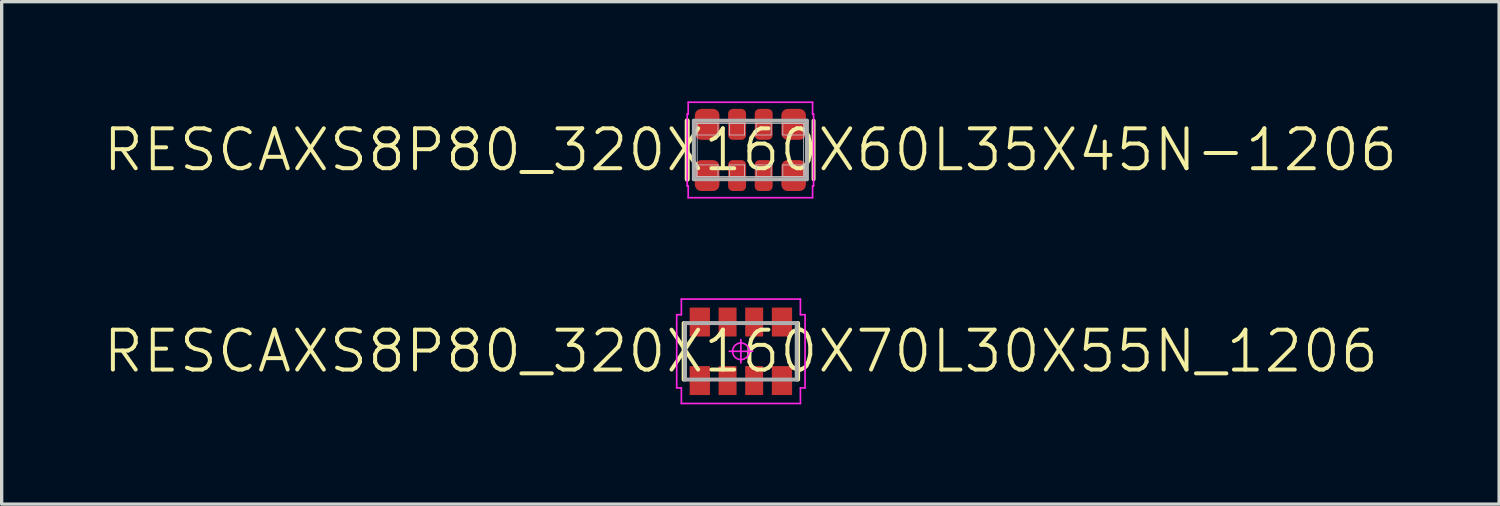
<source format=kicad_pcb>
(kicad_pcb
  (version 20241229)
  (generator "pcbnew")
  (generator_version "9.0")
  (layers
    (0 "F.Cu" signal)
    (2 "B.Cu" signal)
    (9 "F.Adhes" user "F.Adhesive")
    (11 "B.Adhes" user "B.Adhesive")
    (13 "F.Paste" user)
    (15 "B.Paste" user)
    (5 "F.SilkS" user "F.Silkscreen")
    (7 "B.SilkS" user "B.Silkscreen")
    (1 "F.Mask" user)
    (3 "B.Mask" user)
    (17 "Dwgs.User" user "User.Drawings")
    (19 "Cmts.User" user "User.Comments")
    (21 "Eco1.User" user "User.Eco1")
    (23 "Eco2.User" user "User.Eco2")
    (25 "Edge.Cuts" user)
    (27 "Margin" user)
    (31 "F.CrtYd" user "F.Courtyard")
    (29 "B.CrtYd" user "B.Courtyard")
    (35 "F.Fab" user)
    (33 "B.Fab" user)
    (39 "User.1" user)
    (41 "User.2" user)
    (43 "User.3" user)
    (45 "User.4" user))
  (footprint "RESCAXS8P80_320X160X60L35X45N-1206"
    (layer "F.Cu")
    (at 19.517 1.46)
    (property "Reference" "RESCAXS8P80_320X160X60L35X45N-1206" (at 0 0 0) (layer "F.SilkS") (effects (font (size 1.2 1.2) (thickness 0.12))))
    (attr smd)
    (fp_line (start -1.9 0.88) (end -1.9 -0.88) (stroke (width 0.15) (type solid)) (layer "F.SilkS"))
    (fp_line (start 1.9 0.88) (end 1.9 -0.88) (stroke (width 0.12) (type solid)) (layer "F.SilkS"))
    (fp_line (start -1.625 -0.8) (end -0.975 -0.8) (stroke (width 0.025) (type solid)) (layer "Dwgs.User"))
    (fp_line (start -1.625 -0.45) (end -1.625 -0.8) (stroke (width 0.025) (type solid)) (layer "Dwgs.User"))
    (fp_line (start -1.625 0.45) (end -0.975 0.45) (stroke (width 0.025) (type solid)) (layer "Dwgs.User"))
    (fp_line (start -1.625 0.8) (end -1.625 0.45) (stroke (width 0.025) (type solid)) (layer "Dwgs.User"))
    (fp_line (start -1.6 -0.8) (end 1.6 -0.8) (stroke (width 0.025) (type solid)) (layer "Dwgs.User"))
    (fp_line (start -1.6 0.8) (end -1.6 -0.8) (stroke (width 0.025) (type solid)) (layer "Dwgs.User"))
    (fp_line (start -0.975 -0.8) (end -0.975 -0.45) (stroke (width 0.025) (type solid)) (layer "Dwgs.User"))
    (fp_line (start -0.975 -0.45) (end -1.625 -0.45) (stroke (width 0.025) (type solid)) (layer "Dwgs.User"))
    (fp_line (start -0.975 0.45) (end -0.975 0.8) (stroke (width 0.025) (type solid)) (layer "Dwgs.User"))
    (fp_line (start -0.975 0.8) (end -1.625 0.8) (stroke (width 0.025) (type solid)) (layer "Dwgs.User"))
    (fp_line (start -0.625 -0.8) (end -0.175 -0.8) (stroke (width 0.025) (type solid)) (layer "Dwgs.User"))
    (fp_line (start -0.625 -0.45) (end -0.625 -0.8) (stroke (width 0.025) (type solid)) (layer "Dwgs.User"))
    (fp_line (start -0.625 0.45) (end -0.175 0.45) (stroke (width 0.025) (type solid)) (layer "Dwgs.User"))
    (fp_line (start -0.625 0.8) (end -0.625 0.45) (stroke (width 0.025) (type solid)) (layer "Dwgs.User"))
    (fp_line (start -0.175 -0.8) (end -0.175 -0.45) (stroke (width 0.025) (type solid)) (layer "Dwgs.User"))
    (fp_line (start -0.175 -0.45) (end -0.625 -0.45) (stroke (width 0.025) (type solid)) (layer "Dwgs.User"))
    (fp_line (start -0.175 0.45) (end -0.175 0.8) (stroke (width 0.025) (type solid)) (layer "Dwgs.User"))
    (fp_line (start -0.175 0.8) (end -0.625 0.8) (stroke (width 0.025) (type solid)) (layer "Dwgs.User"))
    (fp_line (start 0.175 -0.8) (end 0.625 -0.8) (stroke (width 0.025) (type solid)) (layer "Dwgs.User"))
    (fp_line (start 0.175 -0.45) (end 0.175 -0.8) (stroke (width 0.025) (type solid)) (layer "Dwgs.User"))
    (fp_line (start 0.175 0.45) (end 0.625 0.45) (stroke (width 0.025) (type solid)) (layer "Dwgs.User"))
    (fp_line (start 0.175 0.8) (end 0.175 0.45) (stroke (width 0.025) (type solid)) (layer "Dwgs.User"))
    (fp_line (start 0.625 -0.8) (end 0.625 -0.45) (stroke (width 0.025) (type solid)) (layer "Dwgs.User"))
    (fp_line (start 0.625 -0.45) (end 0.175 -0.45) (stroke (width 0.025) (type solid)) (layer "Dwgs.User"))
    (fp_line (start 0.625 0.45) (end 0.625 0.8) (stroke (width 0.025) (type solid)) (layer "Dwgs.User"))
    (fp_line (start 0.625 0.8) (end 0.175 0.8) (stroke (width 0.025) (type solid)) (layer "Dwgs.User"))
    (fp_line (start 0.975 -0.8) (end 1.625 -0.8) (stroke (width 0.025) (type solid)) (layer "Dwgs.User"))
    (fp_line (start 0.975 -0.45) (end 0.975 -0.8) (stroke (width 0.025) (type solid)) (layer "Dwgs.User"))
    (fp_line (start 0.975 0.45) (end 1.625 0.45) (stroke (width 0.025) (type solid)) (layer "Dwgs.User"))
    (fp_line (start 0.975 0.8) (end 0.975 0.45) (stroke (width 0.025) (type solid)) (layer "Dwgs.User"))
    (fp_line (start 1.6 -0.8) (end 1.6 0.8) (stroke (width 0.025) (type solid)) (layer "Dwgs.User"))
    (fp_line (start 1.6 0.8) (end -1.6 0.8) (stroke (width 0.025) (type solid)) (layer "Dwgs.User"))
    (fp_line (start 1.625 -0.8) (end 1.625 -0.45) (stroke (width 0.025) (type solid)) (layer "Dwgs.User"))
    (fp_line (start 1.625 -0.45) (end 0.975 -0.45) (stroke (width 0.025) (type solid)) (layer "Dwgs.User"))
    (fp_line (start 1.625 0.45) (end 1.625 0.8) (stroke (width 0.025) (type solid)) (layer "Dwgs.User"))
    (fp_line (start 1.625 0.8) (end 0.975 0.8) (stroke (width 0.025) (type solid)) (layer "Dwgs.User"))
    (fp_line (start -1.9 -1.08) (end -1.9 1.08) (stroke (width 0.05) (type solid)) (layer "F.CrtYd"))
    (fp_line (start -1.9 1.08) (end -1.87 1.08) (stroke (width 0.05) (type solid)) (layer "F.CrtYd"))
    (fp_line (start -1.87 -1.435) (end -1.87 -1.08) (stroke (width 0.05) (type solid)) (layer "F.CrtYd"))
    (fp_line (start -1.87 -1.08) (end -1.9 -1.08) (stroke (width 0.05) (type solid)) (layer "F.CrtYd"))
    (fp_line (start -1.87 1.08) (end -1.87 1.435) (stroke (width 0.05) (type solid)) (layer "F.CrtYd"))
    (fp_line (start -1.87 1.435) (end 1.87 1.435) (stroke (width 0.05) (type solid)) (layer "F.CrtYd"))
    (fp_line (start 1.87 -1.435) (end -1.87 -1.435) (stroke (width 0.05) (type solid)) (layer "F.CrtYd"))
    (fp_line (start 1.87 -1.08) (end 1.87 -1.435) (stroke (width 0.05) (type solid)) (layer "F.CrtYd"))
    (fp_line (start 1.87 1.08) (end 1.9 1.08) (stroke (width 0.05) (type solid)) (layer "F.CrtYd"))
    (fp_line (start 1.87 1.435) (end 1.87 1.08) (stroke (width 0.05) (type solid)) (layer "F.CrtYd"))
    (fp_line (start 1.9 -1.08) (end 1.87 -1.08) (stroke (width 0.05) (type solid)) (layer "F.CrtYd"))
    (fp_line (start 1.9 1.08) (end 1.9 -1.08) (stroke (width 0.05) (type solid)) (layer "F.CrtYd"))
    (fp_line (start -1.7 -0.88) (end 1.7 -0.88) (stroke (width 0.12) (type solid)) (layer "F.Fab"))
    (fp_line (start -1.7 0.88) (end -1.7 -0.88) (stroke (width 0.12) (type solid)) (layer "F.Fab"))
    (fp_line (start 1.7 -0.88) (end 1.7 0.88) (stroke (width 0.12) (type solid)) (layer "F.Fab"))
    (fp_line (start 1.7 0.88) (end -1.7 0.88) (stroke (width 0.12) (type solid)) (layer "F.Fab"))
    (pad "1" smd roundrect (at -1.3 0.77 90) (size 0.93 0.74) (layers "F.Cu" "F.Mask" "F.Paste") (roundrect_rratio 0.257))
    (pad "2" smd roundrect (at -0.4 0.77 90) (size 0.93 0.54) (layers "F.Cu" "F.Mask" "F.Paste") (roundrect_rratio 0.259))
    (pad "3" smd roundrect (at 0.4 0.77 90) (size 0.93 0.54) (layers "F.Cu" "F.Mask" "F.Paste") (roundrect_rratio 0.259))
    (pad "4" smd roundrect (at 1.3 0.77 90) (size 0.93 0.74) (layers "F.Cu" "F.Mask" "F.Paste") (roundrect_rratio 0.257))
    (pad "5" smd roundrect (at 1.3 -0.77 90) (size 0.93 0.74) (layers "F.Cu" "F.Mask" "F.Paste") (roundrect_rratio 0.257))
    (pad "6" smd roundrect (at 0.4 -0.77 90) (size 0.93 0.54) (layers "F.Cu" "F.Mask" "F.Paste") (roundrect_rratio 0.259))
    (pad "7" smd roundrect (at -0.4 -0.77 90) (size 0.93 0.54) (layers "F.Cu" "F.Mask" "F.Paste") (roundrect_rratio 0.259))
    (pad "8" smd roundrect (at -1.3 -0.77 90) (size 0.93 0.74) (layers "F.Cu" "F.Mask" "F.Paste") (roundrect_rratio 0.257)))
  (footprint "RESCAXS8P80_320X160X70L30X55N_1206"
    (layer "F.Cu")
    (at 19.231 7.515)
    (property "Reference" "RESCAXS8P80_320X160X70L30X55N_1206" (at 0 0 0) (layer "F.SilkS") (effects (font (size 1.2 1.2) (thickness 0.12))))
    (attr smd)
    (fp_line (start -1.72 0.85) (end -1.72 -0.85) (stroke (width 0.12) (type solid)) (layer "F.SilkS"))
    (fp_line (start 1.72 0.85) (end 1.72 -0.85) (stroke (width 0.12) (type solid)) (layer "F.SilkS"))
    (fp_line (start -1.93 -1.1) (end -1.93 1.1) (stroke (width 0.05) (type solid)) (layer "F.CrtYd"))
    (fp_line (start -1.93 1.1) (end -1.79 1.1) (stroke (width 0.05) (type solid)) (layer "F.CrtYd"))
    (fp_line (start -1.79 -1.57) (end -1.79 -1.1) (stroke (width 0.05) (type solid)) (layer "F.CrtYd"))
    (fp_line (start -1.79 -1.1) (end -1.93 -1.1) (stroke (width 0.05) (type solid)) (layer "F.CrtYd"))
    (fp_line (start -1.79 1.1) (end -1.79 1.57) (stroke (width 0.05) (type solid)) (layer "F.CrtYd"))
    (fp_line (start -1.79 1.57) (end 1.79 1.57) (stroke (width 0.05) (type solid)) (layer "F.CrtYd"))
    (fp_line (start -0.35 0) (end 0.35 0) (stroke (width 0.05) (type solid)) (layer "F.CrtYd"))
    (fp_line (start 0 -0.35) (end 0 0.35) (stroke (width 0.05) (type solid)) (layer "F.CrtYd"))
    (fp_line (start 1.79 -1.57) (end -1.79 -1.57) (stroke (width 0.05) (type solid)) (layer "F.CrtYd"))
    (fp_line (start 1.79 -1.1) (end 1.79 -1.57) (stroke (width 0.05) (type solid)) (layer "F.CrtYd"))
    (fp_line (start 1.79 1.1) (end 1.93 1.1) (stroke (width 0.05) (type solid)) (layer "F.CrtYd"))
    (fp_line (start 1.79 1.57) (end 1.79 1.1) (stroke (width 0.05) (type solid)) (layer "F.CrtYd"))
    (fp_line (start 1.93 -1.1) (end 1.79 -1.1) (stroke (width 0.05) (type solid)) (layer "F.CrtYd"))
    (fp_line (start 1.93 1.1) (end 1.93 -1.1) (stroke (width 0.05) (type solid)) (layer "F.CrtYd"))
    (fp_circle (center 0 0) (end 0 0.25) (stroke (width 0.05) (type solid)) (fill no) (layer "F.CrtYd"))
    (fp_line (start -1.68 -0.85) (end 1.68 -0.85) (stroke (width 0.12) (type solid)) (layer "F.Fab"))
    (fp_line (start -1.68 0.85) (end -1.68 -0.85) (stroke (width 0.12) (type solid)) (layer "F.Fab"))
    (fp_line (start 1.68 -0.85) (end 1.68 0.85) (stroke (width 0.12) (type solid)) (layer "F.Fab"))
    (fp_line (start 1.68 0.85) (end -1.68 0.85) (stroke (width 0.12) (type solid)) (layer "F.Fab"))
    (pad "1" smd rect (at -1.235 0.88 90) (size 0.87 0.61) (layers "F.Cu" "F.Mask" "F.Paste"))
    (pad "2" smd rect (at -0.4 0.88 90) (size 0.87 0.54) (layers "F.Cu" "F.Mask" "F.Paste"))
    (pad "3" smd rect (at 0.4 0.88 90) (size 0.87 0.54) (layers "F.Cu" "F.Mask" "F.Paste"))
    (pad "4" smd rect (at 1.235 0.88 90) (size 0.87 0.61) (layers "F.Cu" "F.Mask" "F.Paste"))
    (pad "5" smd rect (at 1.235 -0.88 90) (size 0.87 0.61) (layers "F.Cu" "F.Mask" "F.Paste"))
    (pad "6" smd rect (at 0.4 -0.88 90) (size 0.87 0.54) (layers "F.Cu" "F.Mask" "F.Paste"))
    (pad "7" smd rect (at -0.4 -0.88 90) (size 0.87 0.54) (layers "F.Cu" "F.Mask" "F.Paste"))
    (pad "8" smd rect (at -1.235 -0.88 90) (size 0.87 0.61) (layers "F.Cu" "F.Mask" "F.Paste")))
  (gr_rect
    (start -3 -3)
    (end 42.034 12.11)
    (stroke (width 0.1) (type default))
    (fill no)
    (layer "Edge.Cuts")))
</source>
